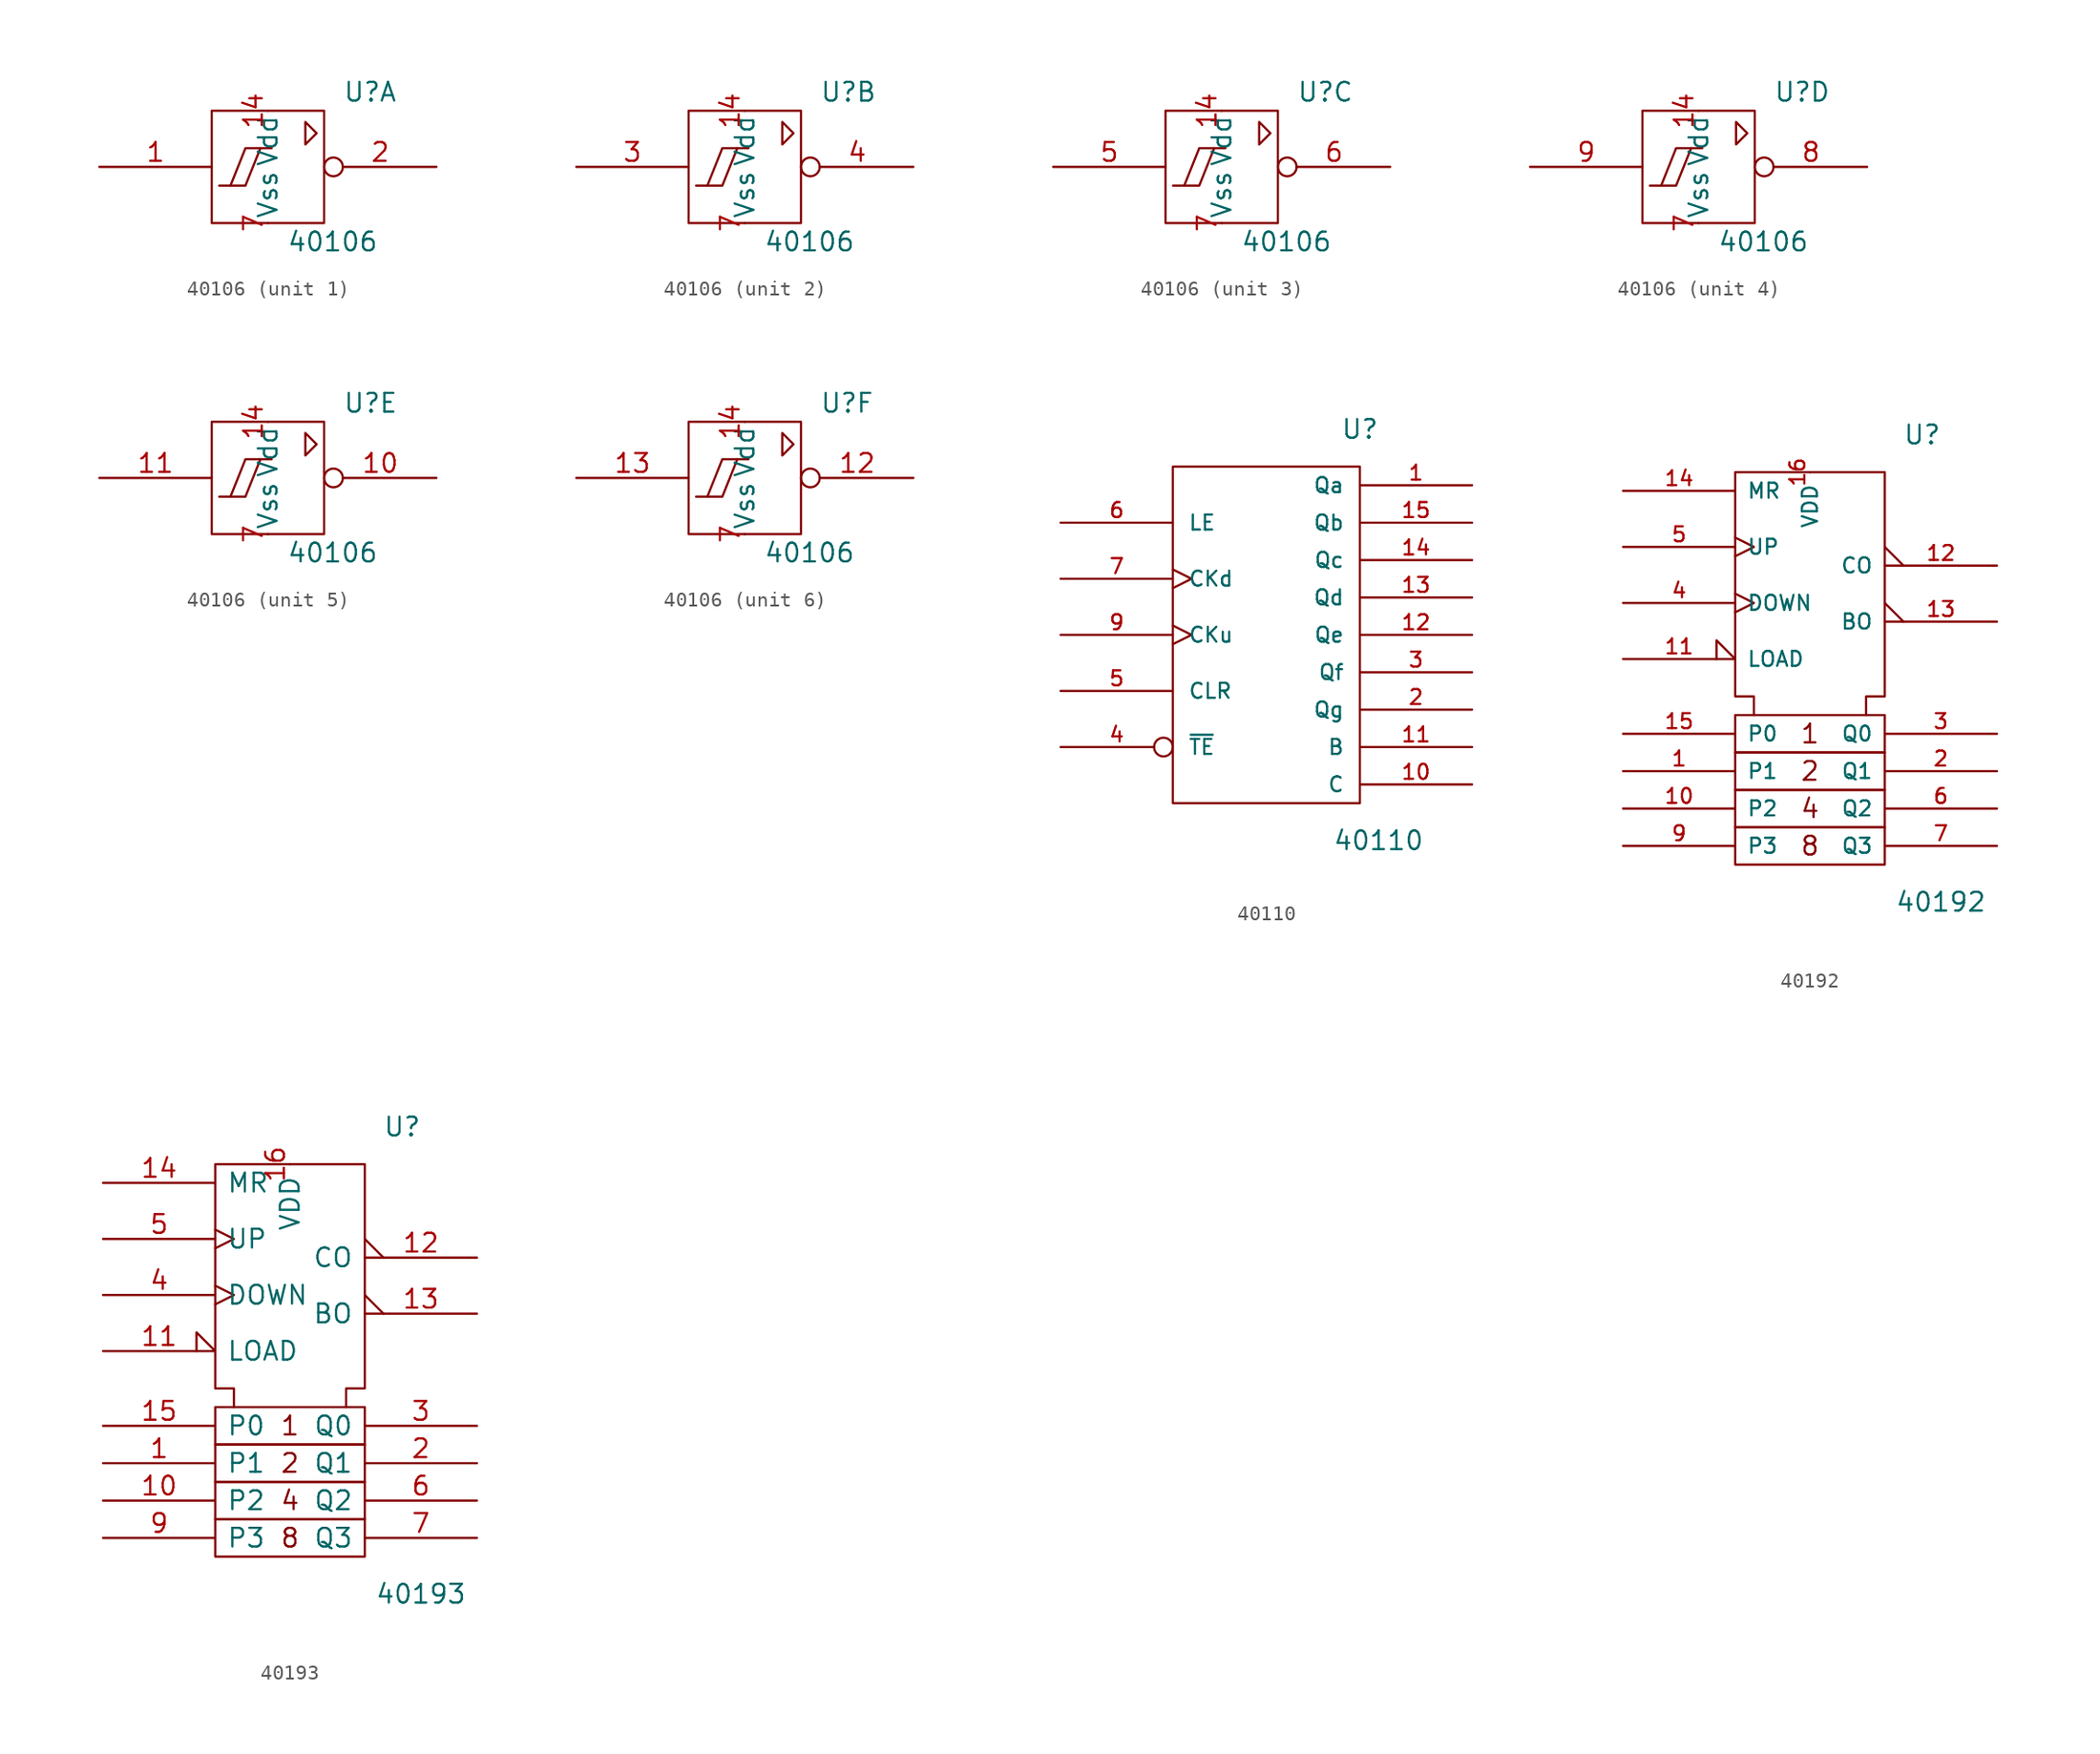
<source format=kicad_sym>
(kicad_symbol_lib
  (version 20211014)
  (generator kicad_symbol_editor)
  (symbol "40106"
    (pin_names
      (offset 0.254))
    (property "Reference" "U"
      (at 5.08 5.08 0)
      (effects (font (size 1.27 1.27)) (justify left)))
    (property "Value" "40106"
      (at 1.27 -5.08 0)
      (effects (font (size 1.27 1.27)) (justify left)))
    (symbol "40106_0_0"
      (rectangle (start -3.81 3.81) (end 3.81 -3.81) (stroke (width 0) (type default) (color 0 0 0 0)) (fill (type none)))
      (polyline (pts (xy -0.508 1.27) (xy -1.524 -1.27) (xy -2.54 -1.27) (xy -2.54 -1.27)) (stroke (width 0) (type default) (color 0 0 0 0)) (fill (type none)))
      (polyline (pts (xy 0.254 1.27) (xy -1.524 1.27) (xy -2.54 -1.27) (xy -3.302 -1.27) (xy -3.302 -1.27)) (stroke (width 0) (type default) (color 0 0 0 0)) (fill (type none)))
      (polyline (pts (xy 2.54 3.048) (xy 2.54 1.524) (xy 3.302 2.286) (xy 2.54 3.048) (xy 2.54 3.048)) (stroke (width 0) (type default) (color 0 0 0 0)) (fill (type none))))
    (symbol "40106_0_1"
      (pin power_in line (at 0 3.81 270) (length 0) (name "Vdd" (effects (font (size 1.27 1.27)))) (number "14" (effects (font (size 1.27 1.27)))))
      (pin power_in line (at 0 -3.81 90) (length 0) (name "Vss" (effects (font (size 1.27 1.27)))) (number "7" (effects (font (size 1.27 1.27))))))
    (symbol "40106_1_1"
      (pin input line (at -11.43 0 0) (length 7.62) (name "~" (effects (font (size 1.27 1.27)))) (number "1" (effects (font (size 1.27 1.27)))))
      (pin output inverted (at 11.43 0 180) (length 7.62) (name "~" (effects (font (size 1.27 1.27)))) (number "2" (effects (font (size 1.27 1.27))))))
    (symbol "40106_2_1"
      (pin input line (at -11.43 0 0) (length 7.62) (name "~" (effects (font (size 1.27 1.27)))) (number "3" (effects (font (size 1.27 1.27)))))
      (pin output inverted (at 11.43 0 180) (length 7.62) (name "~" (effects (font (size 1.27 1.27)))) (number "4" (effects (font (size 1.27 1.27))))))
    (symbol "40106_3_1"
      (pin input line (at -11.43 0 0) (length 7.62) (name "~" (effects (font (size 1.27 1.27)))) (number "5" (effects (font (size 1.27 1.27)))))
      (pin output inverted (at 11.43 0 180) (length 7.62) (name "~" (effects (font (size 1.27 1.27)))) (number "6" (effects (font (size 1.27 1.27))))))
    (symbol "40106_4_1"
      (pin output inverted (at 11.43 0 180) (length 7.62) (name "~" (effects (font (size 1.27 1.27)))) (number "8" (effects (font (size 1.27 1.27)))))
      (pin input line (at -11.43 0 0) (length 7.62) (name "~" (effects (font (size 1.27 1.27)))) (number "9" (effects (font (size 1.27 1.27))))))
    (symbol "40106_5_1"
      (pin output inverted (at 11.43 0 180) (length 7.62) (name "~" (effects (font (size 1.27 1.27)))) (number "10" (effects (font (size 1.27 1.27)))))
      (pin input line (at -11.43 0 0) (length 7.62) (name "~" (effects (font (size 1.27 1.27)))) (number "11" (effects (font (size 1.27 1.27))))))
    (symbol "40106_6_1"
      (pin output inverted (at 11.43 0 180) (length 7.62) (name "~" (effects (font (size 1.27 1.27)))) (number "12" (effects (font (size 1.27 1.27)))))
      (pin input line (at -11.43 0 0) (length 7.62) (name "~" (effects (font (size 1.27 1.27)))) (number "13" (effects (font (size 1.27 1.27)))))))
  (symbol "40110"
    (pin_names
      (offset 1.016))
    (property "Reference" "U"
      (at 6.35 13.97 0)
      (effects (font (size 1.27 1.27))))
    (property "Value" "40110"
      (at 7.62 -13.97 0)
      (effects (font (size 1.27 1.27))))
    (symbol "40110_0_1"
      (rectangle (start -6.35 11.43) (end 6.35 -11.43) (stroke (width 0) (type default) (color 0 0 0 0)) (fill (type none))))
    (symbol "40110_1_1"
      (pin output line (at 13.97 10.16 180) (length 7.62) (name "Qa" (effects (font (size 1.016 1.016)))) (number "1" (effects (font (size 1.016 1.016)))))
      (pin output line (at 13.97 -10.16 180) (length 7.62) (name "C" (effects (font (size 1.016 1.016)))) (number "10" (effects (font (size 1.016 1.016)))))
      (pin output line (at 13.97 -7.62 180) (length 7.62) (name "B" (effects (font (size 1.016 1.016)))) (number "11" (effects (font (size 1.016 1.016)))))
      (pin output line (at 13.97 0 180) (length 7.62) (name "Qe" (effects (font (size 1.016 1.016)))) (number "12" (effects (font (size 1.016 1.016)))))
      (pin output line (at 13.97 2.54 180) (length 7.62) (name "Qd" (effects (font (size 1.016 1.016)))) (number "13" (effects (font (size 1.016 1.016)))))
      (pin output line (at 13.97 5.08 180) (length 7.62) (name "Qc" (effects (font (size 1.016 1.016)))) (number "14" (effects (font (size 1.016 1.016)))))
      (pin output line (at 13.97 7.62 180) (length 7.62) (name "Qb" (effects (font (size 1.016 1.016)))) (number "15" (effects (font (size 1.016 1.016)))))
      (pin output line (at 0 11.43 270) (length 0) hide (name "Vdd" (effects (font (size 1.016 1.016)))) (number "16" (effects (font (size 1.016 1.016)))))
      (pin output line (at 13.97 -5.08 180) (length 7.62) (name "Qg" (effects (font (size 1.016 1.016)))) (number "2" (effects (font (size 1.016 1.016)))))
      (pin output line (at 13.97 -2.54 180) (length 7.62) (name "Qf" (effects (font (size 1.016 1.016)))) (number "3" (effects (font (size 1.016 1.016)))))
      (pin input inverted (at -13.97 -7.62 0) (length 7.62) (name "~{TE}" (effects (font (size 1.016 1.016)))) (number "4" (effects (font (size 1.016 1.016)))))
      (pin input line (at -13.97 -3.81 0) (length 7.62) (name "CLR" (effects (font (size 1.016 1.016)))) (number "5" (effects (font (size 1.016 1.016)))))
      (pin input line (at -13.97 7.62 0) (length 7.62) (name "LE" (effects (font (size 1.016 1.016)))) (number "6" (effects (font (size 1.016 1.016)))))
      (pin input clock (at -13.97 3.81 0) (length 7.62) (name "CKd" (effects (font (size 1.016 1.016)))) (number "7" (effects (font (size 1.016 1.016)))))
      (pin output line (at 0 -11.43 90) (length 0) hide (name "Vss" (effects (font (size 1.016 1.016)))) (number "8" (effects (font (size 1.016 1.016)))))
      (pin input clock (at -13.97 0 0) (length 7.62) (name "CKu" (effects (font (size 1.016 1.016)))) (number "9" (effects (font (size 1.016 1.016)))))))
  (symbol "40192"
    (pin_names
      (offset 0.762))
    (property "Reference" "U"
      (at 7.62 12.7 0)
      (effects (font (size 1.27 1.27))))
    (property "Value" "40192"
      (at 8.89 -19.05 0)
      (effects (font (size 1.27 1.27))))
    (symbol "40192_0_0"
      (text "1" (at 0 -7.62 0) (effects (font (size 1.27 1.27))))
      (text "2" (at 0 -10.16 0) (effects (font (size 1.27 1.27))))
      (text "4" (at 0 -12.7 0) (effects (font (size 1.27 1.27))))
      (text "8" (at 0 -15.24 0) (effects (font (size 1.27 1.27)))))
    (symbol "40192_0_1"
      (rectangle (start -5.08 -13.97) (end 5.08 -16.51) (stroke (width 0) (type default) (color 0 0 0 0)) (fill (type none)))
      (rectangle (start -5.08 -11.43) (end 5.08 -13.97) (stroke (width 0) (type default) (color 0 0 0 0)) (fill (type none)))
      (rectangle (start -5.08 -8.89) (end 5.08 -11.43) (stroke (width 0) (type default) (color 0 0 0 0)) (fill (type none)))
      (rectangle (start -5.08 -6.35) (end 5.08 -8.89) (stroke (width 0) (type default) (color 0 0 0 0)) (fill (type none)))
      (polyline (pts (xy -3.81 -6.35) (xy -3.81 -5.08) (xy -5.08 -5.08) (xy -5.08 10.16) (xy 5.08 10.16) (xy 5.08 -5.08) (xy 3.81 -5.08) (xy 3.81 -6.35) (xy 3.81 -6.35)) (stroke (width 0) (type default) (color 0 0 0 0)) (fill (type none))))
    (symbol "40192_1_1"
      (pin input line (at -12.7 -10.16 0) (length 7.62) (name "P1" (effects (font (size 1.016 1.016)))) (number "1" (effects (font (size 1.016 1.016)))))
      (pin input line (at -12.7 -12.7 0) (length 7.62) (name "P2" (effects (font (size 1.016 1.016)))) (number "10" (effects (font (size 1.016 1.016)))))
      (pin input input_low (at -12.7 -2.54 0) (length 7.62) (name "LOAD" (effects (font (size 1.016 1.016)))) (number "11" (effects (font (size 1.016 1.016)))))
      (pin output output_low (at 12.7 3.81 180) (length 7.62) (name "CO" (effects (font (size 1.016 1.016)))) (number "12" (effects (font (size 1.016 1.016)))))
      (pin output output_low (at 12.7 0 180) (length 7.62) (name "BO" (effects (font (size 1.016 1.016)))) (number "13" (effects (font (size 1.016 1.016)))))
      (pin input line (at -12.7 8.89 0) (length 7.62) (name "MR" (effects (font (size 1.016 1.016)))) (number "14" (effects (font (size 1.016 1.016)))))
      (pin input line (at -12.7 -7.62 0) (length 7.62) (name "P0" (effects (font (size 1.016 1.016)))) (number "15" (effects (font (size 1.016 1.016)))))
      (pin power_in line (at 0 10.16 270) (length 0) (name "VDD" (effects (font (size 1.016 1.016)))) (number "16" (effects (font (size 1.016 1.016)))))
      (pin output line (at 12.7 -10.16 180) (length 7.62) (name "Q1" (effects (font (size 1.016 1.016)))) (number "2" (effects (font (size 1.016 1.016)))))
      (pin output line (at 12.7 -7.62 180) (length 7.62) (name "Q0" (effects (font (size 1.016 1.016)))) (number "3" (effects (font (size 1.016 1.016)))))
      (pin input clock (at -12.7 1.27 0) (length 7.62) (name "DOWN" (effects (font (size 1.016 1.016)))) (number "4" (effects (font (size 1.016 1.016)))))
      (pin input clock (at -12.7 5.08 0) (length 7.62) (name "UP" (effects (font (size 1.016 1.016)))) (number "5" (effects (font (size 1.016 1.016)))))
      (pin output line (at 12.7 -12.7 180) (length 7.62) (name "Q2" (effects (font (size 1.016 1.016)))) (number "6" (effects (font (size 1.016 1.016)))))
      (pin output line (at 12.7 -15.24 180) (length 7.62) (name "Q3" (effects (font (size 1.016 1.016)))) (number "7" (effects (font (size 1.016 1.016)))))
      (pin power_in line (at 2.54 10.16 270) (length 0) hide (name "VSS" (effects (font (size 1.016 1.016)))) (number "8" (effects (font (size 1.016 1.016)))))
      (pin input line (at -12.7 -15.24 0) (length 7.62) (name "P3" (effects (font (size 1.016 1.016)))) (number "9" (effects (font (size 1.016 1.016)))))))
  (symbol "40193"
    (pin_names
      (offset 0.762))
    (property "Reference" "U"
      (at 7.62 12.7 0)
      (effects (font (size 1.27 1.27))))
    (property "Value" "40193"
      (at 8.89 -19.05 0)
      (effects (font (size 1.27 1.27))))
    (symbol "40193_0_0"
      (text "1" (at 0 -7.62 0) (effects (font (size 1.27 1.27))))
      (text "2" (at 0 -10.16 0) (effects (font (size 1.27 1.27))))
      (text "4" (at 0 -12.7 0) (effects (font (size 1.27 1.27))))
      (text "8" (at 0 -15.24 0) (effects (font (size 1.27 1.27)))))
    (symbol "40193_0_1"
      (rectangle (start -5.08 -13.97) (end 5.08 -16.51) (stroke (width 0) (type default) (color 0 0 0 0)) (fill (type none)))
      (rectangle (start -5.08 -11.43) (end 5.08 -13.97) (stroke (width 0) (type default) (color 0 0 0 0)) (fill (type none)))
      (rectangle (start -5.08 -8.89) (end 5.08 -11.43) (stroke (width 0) (type default) (color 0 0 0 0)) (fill (type none)))
      (rectangle (start -5.08 -6.35) (end 5.08 -8.89) (stroke (width 0) (type default) (color 0 0 0 0)) (fill (type none)))
      (polyline (pts (xy -3.81 -6.35) (xy -3.81 -5.08) (xy -5.08 -5.08) (xy -5.08 10.16) (xy 5.08 10.16) (xy 5.08 -5.08) (xy 3.81 -5.08) (xy 3.81 -6.35) (xy 3.81 -6.35)) (stroke (width 0) (type default) (color 0 0 0 0)) (fill (type none))))
    (symbol "40193_1_1"
      (pin input line (at -12.7 -10.16 0) (length 7.62) (name "P1" (effects (font (size 1.27 1.27)))) (number "1" (effects (font (size 1.27 1.27)))))
      (pin input line (at -12.7 -12.7 0) (length 7.62) (name "P2" (effects (font (size 1.27 1.27)))) (number "10" (effects (font (size 1.27 1.27)))))
      (pin input input_low (at -12.7 -2.54 0) (length 7.62) (name "LOAD" (effects (font (size 1.27 1.27)))) (number "11" (effects (font (size 1.27 1.27)))))
      (pin output output_low (at 12.7 3.81 180) (length 7.62) (name "CO" (effects (font (size 1.27 1.27)))) (number "12" (effects (font (size 1.27 1.27)))))
      (pin output output_low (at 12.7 0 180) (length 7.62) (name "BO" (effects (font (size 1.27 1.27)))) (number "13" (effects (font (size 1.27 1.27)))))
      (pin input line (at -12.7 8.89 0) (length 7.62) (name "MR" (effects (font (size 1.27 1.27)))) (number "14" (effects (font (size 1.27 1.27)))))
      (pin input line (at -12.7 -7.62 0) (length 7.62) (name "P0" (effects (font (size 1.27 1.27)))) (number "15" (effects (font (size 1.27 1.27)))))
      (pin power_in line (at 0 10.16 270) (length 0) (name "VDD" (effects (font (size 1.27 1.27)))) (number "16" (effects (font (size 1.27 1.27)))))
      (pin output line (at 12.7 -10.16 180) (length 7.62) (name "Q1" (effects (font (size 1.27 1.27)))) (number "2" (effects (font (size 1.27 1.27)))))
      (pin output line (at 12.7 -7.62 180) (length 7.62) (name "Q0" (effects (font (size 1.27 1.27)))) (number "3" (effects (font (size 1.27 1.27)))))
      (pin input clock (at -12.7 1.27 0) (length 7.62) (name "DOWN" (effects (font (size 1.27 1.27)))) (number "4" (effects (font (size 1.27 1.27)))))
      (pin input clock (at -12.7 5.08 0) (length 7.62) (name "UP" (effects (font (size 1.27 1.27)))) (number "5" (effects (font (size 1.27 1.27)))))
      (pin output line (at 12.7 -12.7 180) (length 7.62) (name "Q2" (effects (font (size 1.27 1.27)))) (number "6" (effects (font (size 1.27 1.27)))))
      (pin output line (at 12.7 -15.24 180) (length 7.62) (name "Q3" (effects (font (size 1.27 1.27)))) (number "7" (effects (font (size 1.27 1.27)))))
      (pin power_in line (at 2.54 10.16 270) (length 0) hide (name "VSS" (effects (font (size 1.27 1.27)))) (number "8" (effects (font (size 1.27 1.27)))))
      (pin input line (at -12.7 -15.24 0) (length 7.62) (name "P3" (effects (font (size 1.27 1.27)))) (number "9" (effects (font (size 1.27 1.27))))))))
</source>
